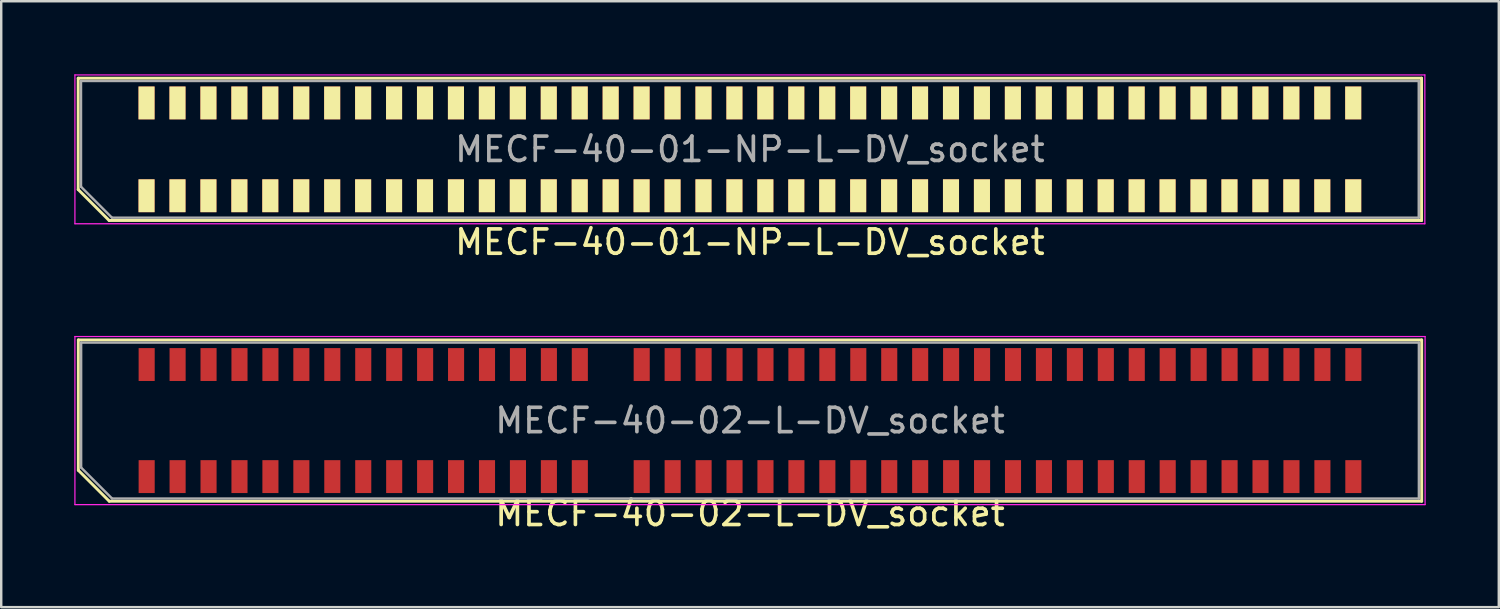
<source format=kicad_pcb>
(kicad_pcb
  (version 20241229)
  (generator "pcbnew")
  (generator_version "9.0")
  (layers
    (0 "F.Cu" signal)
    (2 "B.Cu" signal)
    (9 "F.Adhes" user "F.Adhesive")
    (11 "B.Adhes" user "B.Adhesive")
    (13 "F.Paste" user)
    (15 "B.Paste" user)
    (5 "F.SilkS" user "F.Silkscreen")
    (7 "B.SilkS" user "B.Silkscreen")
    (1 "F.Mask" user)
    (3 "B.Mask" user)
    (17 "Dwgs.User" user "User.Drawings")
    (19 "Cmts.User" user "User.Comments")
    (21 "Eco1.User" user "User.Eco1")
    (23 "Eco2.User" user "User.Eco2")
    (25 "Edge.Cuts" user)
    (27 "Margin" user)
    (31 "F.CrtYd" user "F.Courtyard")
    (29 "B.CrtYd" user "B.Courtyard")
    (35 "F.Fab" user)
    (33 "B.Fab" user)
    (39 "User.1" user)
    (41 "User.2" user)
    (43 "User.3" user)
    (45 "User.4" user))
  (footprint "MECF-40-02-L-DV_socket"
    (layer "F.Cu")
    (at 27.735 14.213)
    (property "Reference" "MECF-40-02-L-DV_socket" (at 0 3.81 0) (layer "F.SilkS") (effects (font (size 1 1) (thickness 0.15))))
    (attr smd)
    (fp_line (start -27.57 -3.31) (end 27.57 -3.31) (stroke (width 0.12) (type solid)) (layer "F.SilkS"))
    (fp_line (start -27.57 2.04) (end -27.57 -3.31) (stroke (width 0.12) (type solid)) (layer "F.SilkS"))
    (fp_line (start -26.3 3.31) (end -27.57 2.04) (stroke (width 0.12) (type solid)) (layer "F.SilkS"))
    (fp_line (start -26.3 3.31) (end 27.57 3.31) (stroke (width 0.12) (type solid)) (layer "F.SilkS"))
    (fp_line (start 27.57 3.31) (end 27.57 -3.31) (stroke (width 0.12) (type solid)) (layer "F.SilkS"))
    (fp_line (start -27.71 -3.45) (end -27.71 3.45) (stroke (width 0.05) (type solid)) (layer "F.CrtYd"))
    (fp_line (start -27.71 3.45) (end 27.71 3.45) (stroke (width 0.05) (type solid)) (layer "F.CrtYd"))
    (fp_line (start 27.71 -3.45) (end -27.71 -3.45) (stroke (width 0.05) (type solid)) (layer "F.CrtYd"))
    (fp_line (start 27.71 3.45) (end 27.71 -3.45) (stroke (width 0.05) (type solid)) (layer "F.CrtYd"))
    (fp_line (start -27.455 -3.2) (end 27.455 -3.2) (stroke (width 0.1) (type solid)) (layer "F.Fab"))
    (fp_line (start -27.455 1.93) (end -27.455 -3.2) (stroke (width 0.1) (type solid)) (layer "F.Fab"))
    (fp_line (start -27.455 1.93) (end -26.185 3.2) (stroke (width 0.1) (type solid)) (layer "F.Fab"))
    (fp_line (start -26.185 3.2) (end 27.455 3.2) (stroke (width 0.1) (type solid)) (layer "F.Fab"))
    (fp_line (start 27.455 3.2) (end 27.455 -3.2) (stroke (width 0.1) (type solid)) (layer "F.Fab"))
    (fp_text user "${REFERENCE}" (at 0 0 0) (layer "F.Fab") (effects (font (size 1 1) (thickness 0.15))))
    (pad "" np_thru_hole circle (at -26.545 0) (size 0.001 0.001) (drill 1.45) (layers "*.Cu" "*.Mask"))
    (pad "" np_thru_hole circle (at 26.545 1) (size 0.001 0.001) (drill 1.45) (layers "*.Cu" "*.Mask"))
    (pad "1" smd rect (at -24.765 2.3) (size 0.66 1.35) (layers "F.Cu" "F.Mask" "F.Paste"))
    (pad "2" smd rect (at -24.765 -2.3) (size 0.66 1.35) (layers "F.Cu" "F.Mask" "F.Paste"))
    (pad "3" smd rect (at -23.495 2.3) (size 0.66 1.35) (layers "F.Cu" "F.Mask" "F.Paste"))
    (pad "4" smd rect (at -23.495 -2.3) (size 0.66 1.35) (layers "F.Cu" "F.Mask" "F.Paste"))
    (pad "5" smd rect (at -22.225 2.3) (size 0.66 1.35) (layers "F.Cu" "F.Mask" "F.Paste"))
    (pad "6" smd rect (at -22.225 -2.3) (size 0.66 1.35) (layers "F.Cu" "F.Mask" "F.Paste"))
    (pad "7" smd rect (at -20.955 2.3) (size 0.66 1.35) (layers "F.Cu" "F.Mask" "F.Paste"))
    (pad "8" smd rect (at -20.955 -2.3) (size 0.66 1.35) (layers "F.Cu" "F.Mask" "F.Paste"))
    (pad "9" smd rect (at -19.685 2.3) (size 0.66 1.35) (layers "F.Cu" "F.Mask" "F.Paste"))
    (pad "10" smd rect (at -19.685 -2.3) (size 0.66 1.35) (layers "F.Cu" "F.Mask" "F.Paste"))
    (pad "11" smd rect (at -18.415 2.3) (size 0.66 1.35) (layers "F.Cu" "F.Mask" "F.Paste"))
    (pad "12" smd rect (at -18.415 -2.3) (size 0.66 1.35) (layers "F.Cu" "F.Mask" "F.Paste"))
    (pad "13" smd rect (at -17.145 2.3) (size 0.66 1.35) (layers "F.Cu" "F.Mask" "F.Paste"))
    (pad "14" smd rect (at -17.145 -2.3) (size 0.66 1.35) (layers "F.Cu" "F.Mask" "F.Paste"))
    (pad "15" smd rect (at -15.875 2.3) (size 0.66 1.35) (layers "F.Cu" "F.Mask" "F.Paste"))
    (pad "16" smd rect (at -15.875 -2.3) (size 0.66 1.35) (layers "F.Cu" "F.Mask" "F.Paste"))
    (pad "17" smd rect (at -14.605 2.3) (size 0.66 1.35) (layers "F.Cu" "F.Mask" "F.Paste"))
    (pad "18" smd rect (at -14.605 -2.3) (size 0.66 1.35) (layers "F.Cu" "F.Mask" "F.Paste"))
    (pad "19" smd rect (at -13.335 2.3) (size 0.66 1.35) (layers "F.Cu" "F.Mask" "F.Paste"))
    (pad "20" smd rect (at -13.335 -2.3) (size 0.66 1.35) (layers "F.Cu" "F.Mask" "F.Paste"))
    (pad "21" smd rect (at -12.065 2.3) (size 0.66 1.35) (layers "F.Cu" "F.Mask" "F.Paste"))
    (pad "22" smd rect (at -12.065 -2.3) (size 0.66 1.35) (layers "F.Cu" "F.Mask" "F.Paste"))
    (pad "23" smd rect (at -10.795 2.3) (size 0.66 1.35) (layers "F.Cu" "F.Mask" "F.Paste"))
    (pad "24" smd rect (at -10.795 -2.3) (size 0.66 1.35) (layers "F.Cu" "F.Mask" "F.Paste"))
    (pad "25" smd rect (at -9.525 2.3) (size 0.66 1.35) (layers "F.Cu" "F.Mask" "F.Paste"))
    (pad "26" smd rect (at -9.525 -2.3) (size 0.66 1.35) (layers "F.Cu" "F.Mask" "F.Paste"))
    (pad "27" smd rect (at -8.255 2.3) (size 0.66 1.35) (layers "F.Cu" "F.Mask" "F.Paste"))
    (pad "28" smd rect (at -8.255 -2.3) (size 0.66 1.35) (layers "F.Cu" "F.Mask" "F.Paste"))
    (pad "29" smd rect (at -6.985 2.3) (size 0.66 1.35) (layers "F.Cu" "F.Mask" "F.Paste"))
    (pad "30" smd rect (at -6.985 -2.3) (size 0.66 1.35) (layers "F.Cu" "F.Mask" "F.Paste"))
    (pad "33" smd rect (at -4.445 2.3) (size 0.66 1.35) (layers "F.Cu" "F.Mask" "F.Paste"))
    (pad "34" smd rect (at -4.445 -2.3) (size 0.66 1.35) (layers "F.Cu" "F.Mask" "F.Paste"))
    (pad "35" smd rect (at -3.175 2.3) (size 0.66 1.35) (layers "F.Cu" "F.Mask" "F.Paste"))
    (pad "36" smd rect (at -3.175 -2.3) (size 0.66 1.35) (layers "F.Cu" "F.Mask" "F.Paste"))
    (pad "37" smd rect (at -1.905 2.3) (size 0.66 1.35) (layers "F.Cu" "F.Mask" "F.Paste"))
    (pad "38" smd rect (at -1.905 -2.3) (size 0.66 1.35) (layers "F.Cu" "F.Mask" "F.Paste"))
    (pad "39" smd rect (at -0.635 2.3) (size 0.66 1.35) (layers "F.Cu" "F.Mask" "F.Paste"))
    (pad "40" smd rect (at -0.635 -2.3) (size 0.66 1.35) (layers "F.Cu" "F.Mask" "F.Paste"))
    (pad "41" smd rect (at 0.635 2.3) (size 0.66 1.35) (layers "F.Cu" "F.Mask" "F.Paste"))
    (pad "42" smd rect (at 0.635 -2.3) (size 0.66 1.35) (layers "F.Cu" "F.Mask" "F.Paste"))
    (pad "43" smd rect (at 1.905 2.3) (size 0.66 1.35) (layers "F.Cu" "F.Mask" "F.Paste"))
    (pad "44" smd rect (at 1.905 -2.3) (size 0.66 1.35) (layers "F.Cu" "F.Mask" "F.Paste"))
    (pad "45" smd rect (at 3.175 2.3) (size 0.66 1.35) (layers "F.Cu" "F.Mask" "F.Paste"))
    (pad "46" smd rect (at 3.175 -2.3) (size 0.66 1.35) (layers "F.Cu" "F.Mask" "F.Paste"))
    (pad "47" smd rect (at 4.445 2.3) (size 0.66 1.35) (layers "F.Cu" "F.Mask" "F.Paste"))
    (pad "48" smd rect (at 4.445 -2.3) (size 0.66 1.35) (layers "F.Cu" "F.Mask" "F.Paste"))
    (pad "49" smd rect (at 5.715 2.3) (size 0.66 1.35) (layers "F.Cu" "F.Mask" "F.Paste"))
    (pad "50" smd rect (at 5.715 -2.3) (size 0.66 1.35) (layers "F.Cu" "F.Mask" "F.Paste"))
    (pad "51" smd rect (at 6.985 2.3) (size 0.66 1.35) (layers "F.Cu" "F.Mask" "F.Paste"))
    (pad "52" smd rect (at 6.985 -2.3) (size 0.66 1.35) (layers "F.Cu" "F.Mask" "F.Paste"))
    (pad "53" smd rect (at 8.255 2.3) (size 0.66 1.35) (layers "F.Cu" "F.Mask" "F.Paste"))
    (pad "54" smd rect (at 8.255 -2.3) (size 0.66 1.35) (layers "F.Cu" "F.Mask" "F.Paste"))
    (pad "55" smd rect (at 9.525 2.3) (size 0.66 1.35) (layers "F.Cu" "F.Mask" "F.Paste"))
    (pad "56" smd rect (at 9.525 -2.3) (size 0.66 1.35) (layers "F.Cu" "F.Mask" "F.Paste"))
    (pad "57" smd rect (at 10.795 2.3) (size 0.66 1.35) (layers "F.Cu" "F.Mask" "F.Paste"))
    (pad "58" smd rect (at 10.795 -2.3) (size 0.66 1.35) (layers "F.Cu" "F.Mask" "F.Paste"))
    (pad "59" smd rect (at 12.065 2.3) (size 0.66 1.35) (layers "F.Cu" "F.Mask" "F.Paste"))
    (pad "60" smd rect (at 12.065 -2.3) (size 0.66 1.35) (layers "F.Cu" "F.Mask" "F.Paste"))
    (pad "61" smd rect (at 13.335 2.3) (size 0.66 1.35) (layers "F.Cu" "F.Mask" "F.Paste"))
    (pad "62" smd rect (at 13.335 -2.3) (size 0.66 1.35) (layers "F.Cu" "F.Mask" "F.Paste"))
    (pad "63" smd rect (at 14.605 2.3) (size 0.66 1.35) (layers "F.Cu" "F.Mask" "F.Paste"))
    (pad "64" smd rect (at 14.605 -2.3) (size 0.66 1.35) (layers "F.Cu" "F.Mask" "F.Paste"))
    (pad "65" smd rect (at 15.875 2.3) (size 0.66 1.35) (layers "F.Cu" "F.Mask" "F.Paste"))
    (pad "66" smd rect (at 15.875 -2.3) (size 0.66 1.35) (layers "F.Cu" "F.Mask" "F.Paste"))
    (pad "67" smd rect (at 17.145 2.3) (size 0.66 1.35) (layers "F.Cu" "F.Mask" "F.Paste"))
    (pad "68" smd rect (at 17.145 -2.3) (size 0.66 1.35) (layers "F.Cu" "F.Mask" "F.Paste"))
    (pad "69" smd rect (at 18.415 2.3) (size 0.66 1.35) (layers "F.Cu" "F.Mask" "F.Paste"))
    (pad "70" smd rect (at 18.415 -2.3) (size 0.66 1.35) (layers "F.Cu" "F.Mask" "F.Paste"))
    (pad "71" smd rect (at 19.685 2.3) (size 0.66 1.35) (layers "F.Cu" "F.Mask" "F.Paste"))
    (pad "72" smd rect (at 19.685 -2.3) (size 0.66 1.35) (layers "F.Cu" "F.Mask" "F.Paste"))
    (pad "73" smd rect (at 20.955 2.3) (size 0.66 1.35) (layers "F.Cu" "F.Mask" "F.Paste"))
    (pad "74" smd rect (at 20.955 -2.3) (size 0.66 1.35) (layers "F.Cu" "F.Mask" "F.Paste"))
    (pad "75" smd rect (at 22.225 2.3) (size 0.66 1.35) (layers "F.Cu" "F.Mask" "F.Paste"))
    (pad "76" smd rect (at 22.225 -2.3) (size 0.66 1.35) (layers "F.Cu" "F.Mask" "F.Paste"))
    (pad "77" smd rect (at 23.495 2.3) (size 0.66 1.35) (layers "F.Cu" "F.Mask" "F.Paste"))
    (pad "78" smd rect (at 23.495 -2.3) (size 0.66 1.35) (layers "F.Cu" "F.Mask" "F.Paste"))
    (pad "79" smd rect (at 24.765 2.3) (size 0.66 1.35) (layers "F.Cu" "F.Mask" "F.Paste"))
    (pad "80" smd rect (at 24.765 -2.3) (size 0.66 1.35) (layers "F.Cu" "F.Mask" "F.Paste")))
  (footprint "MECF-40-01-NP-L-DV_socket"
    (layer "F.Cu")
    (at 27.73 3.08)
    (property "Reference" "MECF-40-01-NP-L-DV_socket" (at 0 3.81 0) (layer "F.SilkS") (effects (font (size 1 1) (thickness 0.15))))
    (attr smd)
    (fp_line (start -27.57 -2.92) (end 27.57 -2.92) (stroke (width 0.12) (type solid)) (layer "F.SilkS"))
    (fp_line (start -27.57 1.65) (end -27.57 -2.92) (stroke (width 0.12) (type solid)) (layer "F.SilkS"))
    (fp_line (start -26.3 2.92) (end -27.57 1.65) (stroke (width 0.12) (type solid)) (layer "F.SilkS"))
    (fp_line (start -26.3 2.92) (end 27.57 2.92) (stroke (width 0.12) (type solid)) (layer "F.SilkS"))
    (fp_line (start 27.57 2.92) (end 27.57 -2.92) (stroke (width 0.12) (type solid)) (layer "F.SilkS"))
    (fp_line (start -27.705 -3.055) (end -27.705 3.055) (stroke (width 0.05) (type solid)) (layer "F.CrtYd"))
    (fp_line (start -27.705 3.055) (end 27.705 3.055) (stroke (width 0.05) (type solid)) (layer "F.CrtYd"))
    (fp_line (start 27.705 -3.055) (end -27.705 -3.055) (stroke (width 0.05) (type solid)) (layer "F.CrtYd"))
    (fp_line (start 27.705 3.055) (end 27.705 -3.055) (stroke (width 0.05) (type solid)) (layer "F.CrtYd"))
    (fp_line (start -27.455 -2.805) (end 27.455 -2.805) (stroke (width 0.1) (type solid)) (layer "F.Fab"))
    (fp_line (start -27.455 1.535) (end -27.455 -2.805) (stroke (width 0.1) (type solid)) (layer "F.Fab"))
    (fp_line (start -27.455 1.535) (end -26.185 2.805) (stroke (width 0.1) (type solid)) (layer "F.Fab"))
    (fp_line (start -26.185 2.805) (end 27.455 2.805) (stroke (width 0.1) (type solid)) (layer "F.Fab"))
    (fp_line (start 27.455 2.805) (end 27.455 -2.805) (stroke (width 0.1) (type solid)) (layer "F.Fab"))
    (fp_text user "${REFERENCE}" (at 0 0 0) (layer "F.Fab") (effects (font (size 1 1) (thickness 0.15))))
    (pad "" np_thru_hole circle (at -26.545 0) (size 0.001 0.001) (drill 1.45) (layers "*.Cu" "*.Mask" "F.SilkS"))
    (pad "" np_thru_hole circle (at 26.545 1) (size 0.001 0.001) (drill 1.45) (layers "*.Cu" "*.Mask" "F.SilkS"))
    (pad "1" smd rect (at -24.765 1.905) (size 0.66 1.35) (layers "F.Cu" "F.Mask" "F.SilkS"))
    (pad "2" smd rect (at -24.765 -1.905) (size 0.66 1.35) (layers "F.Cu" "F.Mask" "F.SilkS"))
    (pad "3" smd rect (at -23.495 1.905) (size 0.66 1.35) (layers "F.Cu" "F.Mask" "F.SilkS"))
    (pad "4" smd rect (at -23.495 -1.905) (size 0.66 1.35) (layers "F.Cu" "F.Mask" "F.SilkS"))
    (pad "5" smd rect (at -22.225 1.905) (size 0.66 1.35) (layers "F.Cu" "F.Mask" "F.SilkS"))
    (pad "6" smd rect (at -22.225 -1.905) (size 0.66 1.35) (layers "F.Cu" "F.Mask" "F.SilkS"))
    (pad "7" smd rect (at -20.955 1.905) (size 0.66 1.35) (layers "F.Cu" "F.Mask" "F.SilkS"))
    (pad "8" smd rect (at -20.955 -1.905) (size 0.66 1.35) (layers "F.Cu" "F.Mask" "F.SilkS"))
    (pad "9" smd rect (at -19.685 1.905) (size 0.66 1.35) (layers "F.Cu" "F.Mask" "F.SilkS"))
    (pad "10" smd rect (at -19.685 -1.905) (size 0.66 1.35) (layers "F.Cu" "F.Mask" "F.SilkS"))
    (pad "11" smd rect (at -18.415 1.905) (size 0.66 1.35) (layers "F.Cu" "F.Mask" "F.SilkS"))
    (pad "12" smd rect (at -18.415 -1.905) (size 0.66 1.35) (layers "F.Cu" "F.Mask" "F.SilkS"))
    (pad "13" smd rect (at -17.145 1.905) (size 0.66 1.35) (layers "F.Cu" "F.Mask" "F.SilkS"))
    (pad "14" smd rect (at -17.145 -1.905) (size 0.66 1.35) (layers "F.Cu" "F.Mask" "F.SilkS"))
    (pad "15" smd rect (at -15.875 1.905) (size 0.66 1.35) (layers "F.Cu" "F.Mask" "F.SilkS"))
    (pad "16" smd rect (at -15.875 -1.905) (size 0.66 1.35) (layers "F.Cu" "F.Mask" "F.SilkS"))
    (pad "17" smd rect (at -14.605 1.905) (size 0.66 1.35) (layers "F.Cu" "F.Mask" "F.SilkS"))
    (pad "18" smd rect (at -14.605 -1.905) (size 0.66 1.35) (layers "F.Cu" "F.Mask" "F.SilkS"))
    (pad "19" smd rect (at -13.335 1.905) (size 0.66 1.35) (layers "F.Cu" "F.Mask" "F.SilkS"))
    (pad "20" smd rect (at -13.335 -1.905) (size 0.66 1.35) (layers "F.Cu" "F.Mask" "F.SilkS"))
    (pad "21" smd rect (at -12.065 1.905) (size 0.66 1.35) (layers "F.Cu" "F.Mask" "F.SilkS"))
    (pad "22" smd rect (at -12.065 -1.905) (size 0.66 1.35) (layers "F.Cu" "F.Mask" "F.SilkS"))
    (pad "23" smd rect (at -10.795 1.905) (size 0.66 1.35) (layers "F.Cu" "F.Mask" "F.SilkS"))
    (pad "24" smd rect (at -10.795 -1.905) (size 0.66 1.35) (layers "F.Cu" "F.Mask" "F.SilkS"))
    (pad "25" smd rect (at -9.525 1.905) (size 0.66 1.35) (layers "F.Cu" "F.Mask" "F.SilkS"))
    (pad "26" smd rect (at -9.525 -1.905) (size 0.66 1.35) (layers "F.Cu" "F.Mask" "F.SilkS"))
    (pad "27" smd rect (at -8.255 1.905) (size 0.66 1.35) (layers "F.Cu" "F.Mask" "F.SilkS"))
    (pad "28" smd rect (at -8.255 -1.905) (size 0.66 1.35) (layers "F.Cu" "F.Mask" "F.SilkS"))
    (pad "29" smd rect (at -6.985 1.905) (size 0.66 1.35) (layers "F.Cu" "F.Mask" "F.SilkS"))
    (pad "30" smd rect (at -6.985 -1.905) (size 0.66 1.35) (layers "F.Cu" "F.Mask" "F.SilkS"))
    (pad "31" smd rect (at -5.715 1.905) (size 0.66 1.35) (layers "F.Cu" "F.Mask" "F.SilkS"))
    (pad "32" smd rect (at -5.715 -1.905) (size 0.66 1.35) (layers "F.Cu" "F.Mask" "F.SilkS"))
    (pad "33" smd rect (at -4.445 1.905) (size 0.66 1.35) (layers "F.Cu" "F.Mask" "F.SilkS"))
    (pad "34" smd rect (at -4.445 -1.905) (size 0.66 1.35) (layers "F.Cu" "F.Mask" "F.SilkS"))
    (pad "35" smd rect (at -3.175 1.905) (size 0.66 1.35) (layers "F.Cu" "F.Mask" "F.SilkS"))
    (pad "36" smd rect (at -3.175 -1.905) (size 0.66 1.35) (layers "F.Cu" "F.Mask" "F.SilkS"))
    (pad "37" smd rect (at -1.905 1.905) (size 0.66 1.35) (layers "F.Cu" "F.Mask" "F.SilkS"))
    (pad "38" smd rect (at -1.905 -1.905) (size 0.66 1.35) (layers "F.Cu" "F.Mask" "F.SilkS"))
    (pad "39" smd rect (at -0.635 1.905) (size 0.66 1.35) (layers "F.Cu" "F.Mask" "F.SilkS"))
    (pad "40" smd rect (at -0.635 -1.905) (size 0.66 1.35) (layers "F.Cu" "F.Mask" "F.SilkS"))
    (pad "41" smd rect (at 0.635 1.905) (size 0.66 1.35) (layers "F.Cu" "F.Mask" "F.SilkS"))
    (pad "42" smd rect (at 0.635 -1.905) (size 0.66 1.35) (layers "F.Cu" "F.Mask" "F.SilkS"))
    (pad "43" smd rect (at 1.905 1.905) (size 0.66 1.35) (layers "F.Cu" "F.Mask" "F.SilkS"))
    (pad "44" smd rect (at 1.905 -1.905) (size 0.66 1.35) (layers "F.Cu" "F.Mask" "F.SilkS"))
    (pad "45" smd rect (at 3.175 1.905) (size 0.66 1.35) (layers "F.Cu" "F.Mask" "F.SilkS"))
    (pad "46" smd rect (at 3.175 -1.905) (size 0.66 1.35) (layers "F.Cu" "F.Mask" "F.SilkS"))
    (pad "47" smd rect (at 4.445 1.905) (size 0.66 1.35) (layers "F.Cu" "F.Mask" "F.SilkS"))
    (pad "48" smd rect (at 4.445 -1.905) (size 0.66 1.35) (layers "F.Cu" "F.Mask" "F.SilkS"))
    (pad "49" smd rect (at 5.715 1.905) (size 0.66 1.35) (layers "F.Cu" "F.Mask" "F.SilkS"))
    (pad "50" smd rect (at 5.715 -1.905) (size 0.66 1.35) (layers "F.Cu" "F.Mask" "F.SilkS"))
    (pad "51" smd rect (at 6.985 1.905) (size 0.66 1.35) (layers "F.Cu" "F.Mask" "F.SilkS"))
    (pad "52" smd rect (at 6.985 -1.905) (size 0.66 1.35) (layers "F.Cu" "F.Mask" "F.SilkS"))
    (pad "53" smd rect (at 8.255 1.905) (size 0.66 1.35) (layers "F.Cu" "F.Mask" "F.SilkS"))
    (pad "54" smd rect (at 8.255 -1.905) (size 0.66 1.35) (layers "F.Cu" "F.Mask" "F.SilkS"))
    (pad "55" smd rect (at 9.525 1.905) (size 0.66 1.35) (layers "F.Cu" "F.Mask" "F.SilkS"))
    (pad "56" smd rect (at 9.525 -1.905) (size 0.66 1.35) (layers "F.Cu" "F.Mask" "F.SilkS"))
    (pad "57" smd rect (at 10.795 1.905) (size 0.66 1.35) (layers "F.Cu" "F.Mask" "F.SilkS"))
    (pad "58" smd rect (at 10.795 -1.905) (size 0.66 1.35) (layers "F.Cu" "F.Mask" "F.SilkS"))
    (pad "59" smd rect (at 12.065 1.905) (size 0.66 1.35) (layers "F.Cu" "F.Mask" "F.SilkS"))
    (pad "60" smd rect (at 12.065 -1.905) (size 0.66 1.35) (layers "F.Cu" "F.Mask" "F.SilkS"))
    (pad "61" smd rect (at 13.335 1.905) (size 0.66 1.35) (layers "F.Cu" "F.Mask" "F.SilkS"))
    (pad "62" smd rect (at 13.335 -1.905) (size 0.66 1.35) (layers "F.Cu" "F.Mask" "F.SilkS"))
    (pad "63" smd rect (at 14.605 1.905) (size 0.66 1.35) (layers "F.Cu" "F.Mask" "F.SilkS"))
    (pad "64" smd rect (at 14.605 -1.905) (size 0.66 1.35) (layers "F.Cu" "F.Mask" "F.SilkS"))
    (pad "65" smd rect (at 15.875 1.905) (size 0.66 1.35) (layers "F.Cu" "F.Mask" "F.SilkS"))
    (pad "66" smd rect (at 15.875 -1.905) (size 0.66 1.35) (layers "F.Cu" "F.Mask" "F.SilkS"))
    (pad "67" smd rect (at 17.145 1.905) (size 0.66 1.35) (layers "F.Cu" "F.Mask" "F.SilkS"))
    (pad "68" smd rect (at 17.145 -1.905) (size 0.66 1.35) (layers "F.Cu" "F.Mask" "F.SilkS"))
    (pad "69" smd rect (at 18.415 1.905) (size 0.66 1.35) (layers "F.Cu" "F.Mask" "F.SilkS"))
    (pad "70" smd rect (at 18.415 -1.905) (size 0.66 1.35) (layers "F.Cu" "F.Mask" "F.SilkS"))
    (pad "71" smd rect (at 19.685 1.905) (size 0.66 1.35) (layers "F.Cu" "F.Mask" "F.SilkS"))
    (pad "72" smd rect (at 19.685 -1.905) (size 0.66 1.35) (layers "F.Cu" "F.Mask" "F.SilkS"))
    (pad "73" smd rect (at 20.955 1.905) (size 0.66 1.35) (layers "F.Cu" "F.Mask" "F.SilkS"))
    (pad "74" smd rect (at 20.955 -1.905) (size 0.66 1.35) (layers "F.Cu" "F.Mask" "F.SilkS"))
    (pad "75" smd rect (at 22.225 1.905) (size 0.66 1.35) (layers "F.Cu" "F.Mask" "F.SilkS"))
    (pad "76" smd rect (at 22.225 -1.905) (size 0.66 1.35) (layers "F.Cu" "F.Mask" "F.SilkS"))
    (pad "77" smd rect (at 23.495 1.905) (size 0.66 1.35) (layers "F.Cu" "F.Mask" "F.SilkS"))
    (pad "78" smd rect (at 23.495 -1.905) (size 0.66 1.35) (layers "F.Cu" "F.Mask" "F.SilkS"))
    (pad "79" smd rect (at 24.765 1.905) (size 0.66 1.35) (layers "F.Cu" "F.Mask" "F.SilkS"))
    (pad "80" smd rect (at 24.765 -1.905) (size 0.66 1.35) (layers "F.Cu" "F.Mask" "F.SilkS")))
  (gr_rect
    (start -3 -3)
    (end 58.47 21.872)
    (stroke (width 0.1) (type default))
    (fill no)
    (layer "Edge.Cuts")))
</source>
